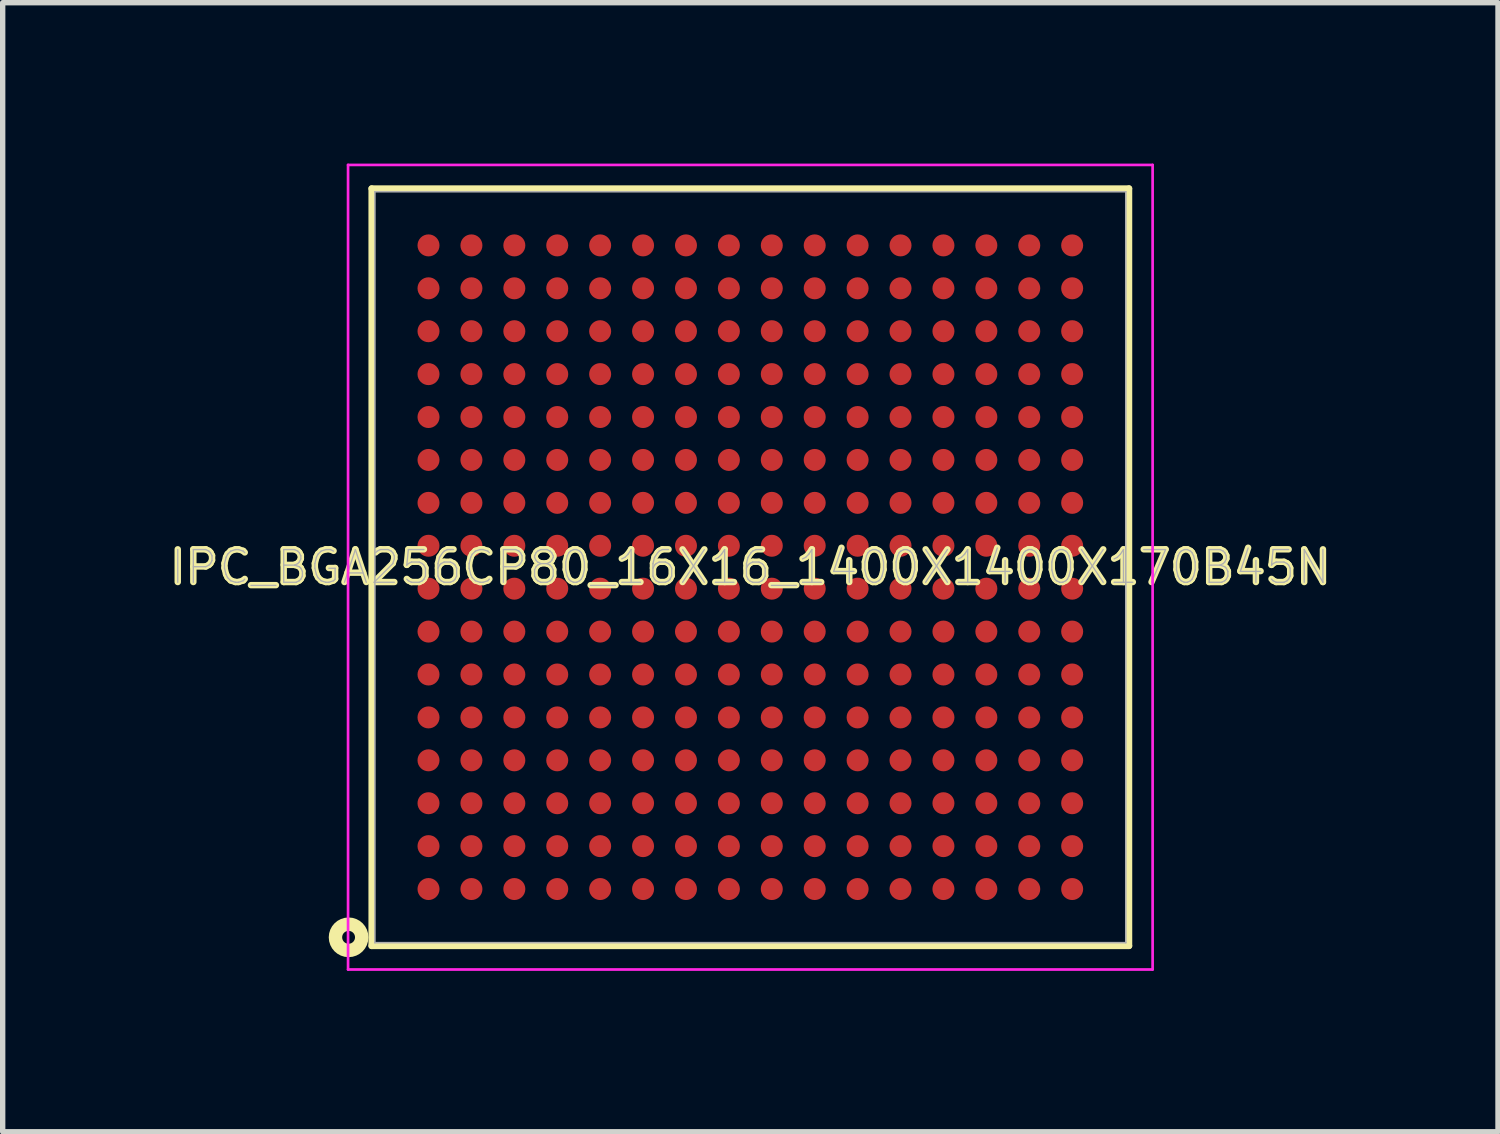
<source format=kicad_pcb>
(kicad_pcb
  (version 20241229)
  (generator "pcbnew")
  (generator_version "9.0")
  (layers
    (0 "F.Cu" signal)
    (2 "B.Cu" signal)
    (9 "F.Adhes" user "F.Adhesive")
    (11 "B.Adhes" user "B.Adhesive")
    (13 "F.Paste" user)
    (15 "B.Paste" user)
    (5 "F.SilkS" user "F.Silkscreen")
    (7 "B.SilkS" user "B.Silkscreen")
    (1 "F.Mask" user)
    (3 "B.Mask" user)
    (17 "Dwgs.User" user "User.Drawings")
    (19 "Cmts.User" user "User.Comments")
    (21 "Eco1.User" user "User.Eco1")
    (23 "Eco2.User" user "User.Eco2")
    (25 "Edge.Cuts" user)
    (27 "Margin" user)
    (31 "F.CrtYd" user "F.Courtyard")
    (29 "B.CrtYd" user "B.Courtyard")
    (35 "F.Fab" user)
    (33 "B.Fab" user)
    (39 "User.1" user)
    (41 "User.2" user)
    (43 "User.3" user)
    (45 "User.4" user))
  (footprint "IPC_BGA256CP80_16X16_1400X1400X170B45N"
    (layer "F.Cu")
    (at 10.939 7.525)
    (property "Reference" "IPC_BGA256CP80_16X16_1400X1400X170B45N" (at 0 0 0) (layer "F.SilkS") (effects (font (size 0.61 0.61) (thickness 0.12))))
    (attr smd)
    (fp_line (start -7.06 -7.06) (end -7.06 7.06) (stroke (width 0.12) (type solid)) (layer "F.SilkS"))
    (fp_line (start -7.06 7.06) (end 7.06 7.06) (stroke (width 0.12) (type solid)) (layer "F.SilkS"))
    (fp_line (start 7.06 -7.06) (end -7.06 -7.06) (stroke (width 0.12) (type solid)) (layer "F.SilkS"))
    (fp_line (start 7.06 7.06) (end 7.06 -7.06) (stroke (width 0.12) (type solid)) (layer "F.SilkS"))
    (fp_circle (center -7.49 6.9) (end -7.37 6.9) (stroke (width 0.25) (type solid)) (fill no) (layer "F.SilkS"))
    (fp_line (start -7.5 -7.5) (end 7.5 -7.5) (stroke (width 0.05) (type solid)) (layer "F.CrtYd"))
    (fp_line (start -7.5 7.5) (end -7.5 -7.5) (stroke (width 0.05) (type solid)) (layer "F.CrtYd"))
    (fp_line (start 7.5 -7.5) (end 7.5 7.5) (stroke (width 0.05) (type solid)) (layer "F.CrtYd"))
    (fp_line (start 7.5 7.5) (end -7.5 7.5) (stroke (width 0.05) (type solid)) (layer "F.CrtYd"))
    (fp_line (start -7 -7) (end 7 -7) (stroke (width 0.03) (type solid)) (layer "F.Fab"))
    (fp_line (start -7 7) (end -7 -7) (stroke (width 0.03) (type solid)) (layer "F.Fab"))
    (fp_line (start 7 -7) (end 7 7) (stroke (width 0.03) (type solid)) (layer "F.Fab"))
    (fp_line (start 7 7) (end -7 7) (stroke (width 0.03) (type solid)) (layer "F.Fab"))
    (fp_text user "${REFERENCE}" (at 0 0 0) (layer "F.Fab") (effects (font (size 0.61 0.61) (thickness 0.025))))
    (pad "A1" smd circle (at -6 6) (size 0.41 0.41) (layers "F.Cu" "F.Mask" "F.Paste"))
    (pad "A2" smd circle (at -6 5.2) (size 0.41 0.41) (layers "F.Cu" "F.Mask" "F.Paste"))
    (pad "A3" smd circle (at -6 4.4) (size 0.41 0.41) (layers "F.Cu" "F.Mask" "F.Paste"))
    (pad "A4" smd circle (at -6 3.6) (size 0.41 0.41) (layers "F.Cu" "F.Mask" "F.Paste"))
    (pad "A5" smd circle (at -6 2.8) (size 0.41 0.41) (layers "F.Cu" "F.Mask" "F.Paste"))
    (pad "A6" smd circle (at -6 2) (size 0.41 0.41) (layers "F.Cu" "F.Mask" "F.Paste"))
    (pad "A7" smd circle (at -6 1.2) (size 0.41 0.41) (layers "F.Cu" "F.Mask" "F.Paste"))
    (pad "A8" smd circle (at -6 0.4) (size 0.41 0.41) (layers "F.Cu" "F.Mask" "F.Paste"))
    (pad "A9" smd circle (at -6 -0.4) (size 0.41 0.41) (layers "F.Cu" "F.Mask" "F.Paste"))
    (pad "A10" smd circle (at -6 -1.2) (size 0.41 0.41) (layers "F.Cu" "F.Mask" "F.Paste"))
    (pad "A11" smd circle (at -6 -2) (size 0.41 0.41) (layers "F.Cu" "F.Mask" "F.Paste"))
    (pad "A12" smd circle (at -6 -2.8) (size 0.41 0.41) (layers "F.Cu" "F.Mask" "F.Paste"))
    (pad "A13" smd circle (at -6 -3.6) (size 0.41 0.41) (layers "F.Cu" "F.Mask" "F.Paste"))
    (pad "A14" smd circle (at -6 -4.4) (size 0.41 0.41) (layers "F.Cu" "F.Mask" "F.Paste"))
    (pad "A15" smd circle (at -6 -5.2) (size 0.41 0.41) (layers "F.Cu" "F.Mask" "F.Paste"))
    (pad "A16" smd circle (at -6 -6) (size 0.41 0.41) (layers "F.Cu" "F.Mask" "F.Paste"))
    (pad "B1" smd circle (at -5.2 6) (size 0.41 0.41) (layers "F.Cu" "F.Mask" "F.Paste"))
    (pad "B2" smd circle (at -5.2 5.2) (size 0.41 0.41) (layers "F.Cu" "F.Mask" "F.Paste"))
    (pad "B3" smd circle (at -5.2 4.4) (size 0.41 0.41) (layers "F.Cu" "F.Mask" "F.Paste"))
    (pad "B4" smd circle (at -5.2 3.6) (size 0.41 0.41) (layers "F.Cu" "F.Mask" "F.Paste"))
    (pad "B5" smd circle (at -5.2 2.8) (size 0.41 0.41) (layers "F.Cu" "F.Mask" "F.Paste"))
    (pad "B6" smd circle (at -5.2 2) (size 0.41 0.41) (layers "F.Cu" "F.Mask" "F.Paste"))
    (pad "B7" smd circle (at -5.2 1.2) (size 0.41 0.41) (layers "F.Cu" "F.Mask" "F.Paste"))
    (pad "B8" smd circle (at -5.2 0.4) (size 0.41 0.41) (layers "F.Cu" "F.Mask" "F.Paste"))
    (pad "B9" smd circle (at -5.2 -0.4) (size 0.41 0.41) (layers "F.Cu" "F.Mask" "F.Paste"))
    (pad "B10" smd circle (at -5.2 -1.2) (size 0.41 0.41) (layers "F.Cu" "F.Mask" "F.Paste"))
    (pad "B11" smd circle (at -5.2 -2) (size 0.41 0.41) (layers "F.Cu" "F.Mask" "F.Paste"))
    (pad "B12" smd circle (at -5.2 -2.8) (size 0.41 0.41) (layers "F.Cu" "F.Mask" "F.Paste"))
    (pad "B13" smd circle (at -5.2 -3.6) (size 0.41 0.41) (layers "F.Cu" "F.Mask" "F.Paste"))
    (pad "B14" smd circle (at -5.2 -4.4) (size 0.41 0.41) (layers "F.Cu" "F.Mask" "F.Paste"))
    (pad "B15" smd circle (at -5.2 -5.2) (size 0.41 0.41) (layers "F.Cu" "F.Mask" "F.Paste"))
    (pad "B16" smd circle (at -5.2 -6) (size 0.41 0.41) (layers "F.Cu" "F.Mask" "F.Paste"))
    (pad "C1" smd circle (at -4.4 6) (size 0.41 0.41) (layers "F.Cu" "F.Mask" "F.Paste"))
    (pad "C2" smd circle (at -4.4 5.2) (size 0.41 0.41) (layers "F.Cu" "F.Mask" "F.Paste"))
    (pad "C3" smd circle (at -4.4 4.4) (size 0.41 0.41) (layers "F.Cu" "F.Mask" "F.Paste"))
    (pad "C4" smd circle (at -4.4 3.6) (size 0.41 0.41) (layers "F.Cu" "F.Mask" "F.Paste"))
    (pad "C5" smd circle (at -4.4 2.8) (size 0.41 0.41) (layers "F.Cu" "F.Mask" "F.Paste"))
    (pad "C6" smd circle (at -4.4 2) (size 0.41 0.41) (layers "F.Cu" "F.Mask" "F.Paste"))
    (pad "C7" smd circle (at -4.4 1.2) (size 0.41 0.41) (layers "F.Cu" "F.Mask" "F.Paste"))
    (pad "C8" smd circle (at -4.4 0.4) (size 0.41 0.41) (layers "F.Cu" "F.Mask" "F.Paste"))
    (pad "C9" smd circle (at -4.4 -0.4) (size 0.41 0.41) (layers "F.Cu" "F.Mask" "F.Paste"))
    (pad "C10" smd circle (at -4.4 -1.2) (size 0.41 0.41) (layers "F.Cu" "F.Mask" "F.Paste"))
    (pad "C11" smd circle (at -4.4 -2) (size 0.41 0.41) (layers "F.Cu" "F.Mask" "F.Paste"))
    (pad "C12" smd circle (at -4.4 -2.8) (size 0.41 0.41) (layers "F.Cu" "F.Mask" "F.Paste"))
    (pad "C13" smd circle (at -4.4 -3.6) (size 0.41 0.41) (layers "F.Cu" "F.Mask" "F.Paste"))
    (pad "C14" smd circle (at -4.4 -4.4) (size 0.41 0.41) (layers "F.Cu" "F.Mask" "F.Paste"))
    (pad "C15" smd circle (at -4.4 -5.2) (size 0.41 0.41) (layers "F.Cu" "F.Mask" "F.Paste"))
    (pad "C16" smd circle (at -4.4 -6) (size 0.41 0.41) (layers "F.Cu" "F.Mask" "F.Paste"))
    (pad "D1" smd circle (at -3.6 6) (size 0.41 0.41) (layers "F.Cu" "F.Mask" "F.Paste"))
    (pad "D2" smd circle (at -3.6 5.2) (size 0.41 0.41) (layers "F.Cu" "F.Mask" "F.Paste"))
    (pad "D3" smd circle (at -3.6 4.4) (size 0.41 0.41) (layers "F.Cu" "F.Mask" "F.Paste"))
    (pad "D4" smd circle (at -3.6 3.6) (size 0.41 0.41) (layers "F.Cu" "F.Mask" "F.Paste"))
    (pad "D5" smd circle (at -3.6 2.8) (size 0.41 0.41) (layers "F.Cu" "F.Mask" "F.Paste"))
    (pad "D6" smd circle (at -3.6 2) (size 0.41 0.41) (layers "F.Cu" "F.Mask" "F.Paste"))
    (pad "D7" smd circle (at -3.6 1.2) (size 0.41 0.41) (layers "F.Cu" "F.Mask" "F.Paste"))
    (pad "D8" smd circle (at -3.6 0.4) (size 0.41 0.41) (layers "F.Cu" "F.Mask" "F.Paste"))
    (pad "D9" smd circle (at -3.6 -0.4) (size 0.41 0.41) (layers "F.Cu" "F.Mask" "F.Paste"))
    (pad "D10" smd circle (at -3.6 -1.2) (size 0.41 0.41) (layers "F.Cu" "F.Mask" "F.Paste"))
    (pad "D11" smd circle (at -3.6 -2) (size 0.41 0.41) (layers "F.Cu" "F.Mask" "F.Paste"))
    (pad "D12" smd circle (at -3.6 -2.8) (size 0.41 0.41) (layers "F.Cu" "F.Mask" "F.Paste"))
    (pad "D13" smd circle (at -3.6 -3.6) (size 0.41 0.41) (layers "F.Cu" "F.Mask" "F.Paste"))
    (pad "D14" smd circle (at -3.6 -4.4) (size 0.41 0.41) (layers "F.Cu" "F.Mask" "F.Paste"))
    (pad "D15" smd circle (at -3.6 -5.2) (size 0.41 0.41) (layers "F.Cu" "F.Mask" "F.Paste"))
    (pad "D16" smd circle (at -3.6 -6) (size 0.41 0.41) (layers "F.Cu" "F.Mask" "F.Paste"))
    (pad "E1" smd circle (at -2.8 6) (size 0.41 0.41) (layers "F.Cu" "F.Mask" "F.Paste"))
    (pad "E2" smd circle (at -2.8 5.2) (size 0.41 0.41) (layers "F.Cu" "F.Mask" "F.Paste"))
    (pad "E3" smd circle (at -2.8 4.4) (size 0.41 0.41) (layers "F.Cu" "F.Mask" "F.Paste"))
    (pad "E4" smd circle (at -2.8 3.6) (size 0.41 0.41) (layers "F.Cu" "F.Mask" "F.Paste"))
    (pad "E5" smd circle (at -2.8 2.8) (size 0.41 0.41) (layers "F.Cu" "F.Mask" "F.Paste"))
    (pad "E6" smd circle (at -2.8 2) (size 0.41 0.41) (layers "F.Cu" "F.Mask" "F.Paste"))
    (pad "E7" smd circle (at -2.8 1.2) (size 0.41 0.41) (layers "F.Cu" "F.Mask" "F.Paste"))
    (pad "E8" smd circle (at -2.8 0.4) (size 0.41 0.41) (layers "F.Cu" "F.Mask" "F.Paste"))
    (pad "E9" smd circle (at -2.8 -0.4) (size 0.41 0.41) (layers "F.Cu" "F.Mask" "F.Paste"))
    (pad "E10" smd circle (at -2.8 -1.2) (size 0.41 0.41) (layers "F.Cu" "F.Mask" "F.Paste"))
    (pad "E11" smd circle (at -2.8 -2) (size 0.41 0.41) (layers "F.Cu" "F.Mask" "F.Paste"))
    (pad "E12" smd circle (at -2.8 -2.8) (size 0.41 0.41) (layers "F.Cu" "F.Mask" "F.Paste"))
    (pad "E13" smd circle (at -2.8 -3.6) (size 0.41 0.41) (layers "F.Cu" "F.Mask" "F.Paste"))
    (pad "E14" smd circle (at -2.8 -4.4) (size 0.41 0.41) (layers "F.Cu" "F.Mask" "F.Paste"))
    (pad "E15" smd circle (at -2.8 -5.2) (size 0.41 0.41) (layers "F.Cu" "F.Mask" "F.Paste"))
    (pad "E16" smd circle (at -2.8 -6) (size 0.41 0.41) (layers "F.Cu" "F.Mask" "F.Paste"))
    (pad "F1" smd circle (at -2 6) (size 0.41 0.41) (layers "F.Cu" "F.Mask" "F.Paste"))
    (pad "F2" smd circle (at -2 5.2) (size 0.41 0.41) (layers "F.Cu" "F.Mask" "F.Paste"))
    (pad "F3" smd circle (at -2 4.4) (size 0.41 0.41) (layers "F.Cu" "F.Mask" "F.Paste"))
    (pad "F4" smd circle (at -2 3.6) (size 0.41 0.41) (layers "F.Cu" "F.Mask" "F.Paste"))
    (pad "F5" smd circle (at -2 2.8) (size 0.41 0.41) (layers "F.Cu" "F.Mask" "F.Paste"))
    (pad "F6" smd circle (at -2 2) (size 0.41 0.41) (layers "F.Cu" "F.Mask" "F.Paste"))
    (pad "F7" smd circle (at -2 1.2) (size 0.41 0.41) (layers "F.Cu" "F.Mask" "F.Paste"))
    (pad "F8" smd circle (at -2 0.4) (size 0.41 0.41) (layers "F.Cu" "F.Mask" "F.Paste"))
    (pad "F9" smd circle (at -2 -0.4) (size 0.41 0.41) (layers "F.Cu" "F.Mask" "F.Paste"))
    (pad "F10" smd circle (at -2 -1.2) (size 0.41 0.41) (layers "F.Cu" "F.Mask" "F.Paste"))
    (pad "F11" smd circle (at -2 -2) (size 0.41 0.41) (layers "F.Cu" "F.Mask" "F.Paste"))
    (pad "F12" smd circle (at -2 -2.8) (size 0.41 0.41) (layers "F.Cu" "F.Mask" "F.Paste"))
    (pad "F13" smd circle (at -2 -3.6) (size 0.41 0.41) (layers "F.Cu" "F.Mask" "F.Paste"))
    (pad "F14" smd circle (at -2 -4.4) (size 0.41 0.41) (layers "F.Cu" "F.Mask" "F.Paste"))
    (pad "F15" smd circle (at -2 -5.2) (size 0.41 0.41) (layers "F.Cu" "F.Mask" "F.Paste"))
    (pad "F16" smd circle (at -2 -6) (size 0.41 0.41) (layers "F.Cu" "F.Mask" "F.Paste"))
    (pad "G1" smd circle (at -1.2 6) (size 0.41 0.41) (layers "F.Cu" "F.Mask" "F.Paste"))
    (pad "G2" smd circle (at -1.2 5.2) (size 0.41 0.41) (layers "F.Cu" "F.Mask" "F.Paste"))
    (pad "G3" smd circle (at -1.2 4.4) (size 0.41 0.41) (layers "F.Cu" "F.Mask" "F.Paste"))
    (pad "G4" smd circle (at -1.2 3.6) (size 0.41 0.41) (layers "F.Cu" "F.Mask" "F.Paste"))
    (pad "G5" smd circle (at -1.2 2.8) (size 0.41 0.41) (layers "F.Cu" "F.Mask" "F.Paste"))
    (pad "G6" smd circle (at -1.2 2) (size 0.41 0.41) (layers "F.Cu" "F.Mask" "F.Paste"))
    (pad "G7" smd circle (at -1.2 1.2) (size 0.41 0.41) (layers "F.Cu" "F.Mask" "F.Paste"))
    (pad "G8" smd circle (at -1.2 0.4) (size 0.41 0.41) (layers "F.Cu" "F.Mask" "F.Paste"))
    (pad "G9" smd circle (at -1.2 -0.4) (size 0.41 0.41) (layers "F.Cu" "F.Mask" "F.Paste"))
    (pad "G10" smd circle (at -1.2 -1.2) (size 0.41 0.41) (layers "F.Cu" "F.Mask" "F.Paste"))
    (pad "G11" smd circle (at -1.2 -2) (size 0.41 0.41) (layers "F.Cu" "F.Mask" "F.Paste"))
    (pad "G12" smd circle (at -1.2 -2.8) (size 0.41 0.41) (layers "F.Cu" "F.Mask" "F.Paste"))
    (pad "G13" smd circle (at -1.2 -3.6) (size 0.41 0.41) (layers "F.Cu" "F.Mask" "F.Paste"))
    (pad "G14" smd circle (at -1.2 -4.4) (size 0.41 0.41) (layers "F.Cu" "F.Mask" "F.Paste"))
    (pad "G15" smd circle (at -1.2 -5.2) (size 0.41 0.41) (layers "F.Cu" "F.Mask" "F.Paste"))
    (pad "G16" smd circle (at -1.2 -6) (size 0.41 0.41) (layers "F.Cu" "F.Mask" "F.Paste"))
    (pad "H1" smd circle (at -0.4 6) (size 0.41 0.41) (layers "F.Cu" "F.Mask" "F.Paste"))
    (pad "H2" smd circle (at -0.4 5.2) (size 0.41 0.41) (layers "F.Cu" "F.Mask" "F.Paste"))
    (pad "H3" smd circle (at -0.4 4.4) (size 0.41 0.41) (layers "F.Cu" "F.Mask" "F.Paste"))
    (pad "H4" smd circle (at -0.4 3.6) (size 0.41 0.41) (layers "F.Cu" "F.Mask" "F.Paste"))
    (pad "H5" smd circle (at -0.4 2.8) (size 0.41 0.41) (layers "F.Cu" "F.Mask" "F.Paste"))
    (pad "H6" smd circle (at -0.4 2) (size 0.41 0.41) (layers "F.Cu" "F.Mask" "F.Paste"))
    (pad "H7" smd circle (at -0.4 1.2) (size 0.41 0.41) (layers "F.Cu" "F.Mask" "F.Paste"))
    (pad "H8" smd circle (at -0.4 0.4) (size 0.41 0.41) (layers "F.Cu" "F.Mask" "F.Paste"))
    (pad "H9" smd circle (at -0.4 -0.4) (size 0.41 0.41) (layers "F.Cu" "F.Mask" "F.Paste"))
    (pad "H10" smd circle (at -0.4 -1.2) (size 0.41 0.41) (layers "F.Cu" "F.Mask" "F.Paste"))
    (pad "H11" smd circle (at -0.4 -2) (size 0.41 0.41) (layers "F.Cu" "F.Mask" "F.Paste"))
    (pad "H12" smd circle (at -0.4 -2.8) (size 0.41 0.41) (layers "F.Cu" "F.Mask" "F.Paste"))
    (pad "H13" smd circle (at -0.4 -3.6) (size 0.41 0.41) (layers "F.Cu" "F.Mask" "F.Paste"))
    (pad "H14" smd circle (at -0.4 -4.4) (size 0.41 0.41) (layers "F.Cu" "F.Mask" "F.Paste"))
    (pad "H15" smd circle (at -0.4 -5.2) (size 0.41 0.41) (layers "F.Cu" "F.Mask" "F.Paste"))
    (pad "H16" smd circle (at -0.4 -6) (size 0.41 0.41) (layers "F.Cu" "F.Mask" "F.Paste"))
    (pad "J1" smd circle (at 0.4 6) (size 0.41 0.41) (layers "F.Cu" "F.Mask" "F.Paste"))
    (pad "J2" smd circle (at 0.4 5.2) (size 0.41 0.41) (layers "F.Cu" "F.Mask" "F.Paste"))
    (pad "J3" smd circle (at 0.4 4.4) (size 0.41 0.41) (layers "F.Cu" "F.Mask" "F.Paste"))
    (pad "J4" smd circle (at 0.4 3.6) (size 0.41 0.41) (layers "F.Cu" "F.Mask" "F.Paste"))
    (pad "J5" smd circle (at 0.4 2.8) (size 0.41 0.41) (layers "F.Cu" "F.Mask" "F.Paste"))
    (pad "J6" smd circle (at 0.4 2) (size 0.41 0.41) (layers "F.Cu" "F.Mask" "F.Paste"))
    (pad "J7" smd circle (at 0.4 1.2) (size 0.41 0.41) (layers "F.Cu" "F.Mask" "F.Paste"))
    (pad "J8" smd circle (at 0.4 0.4) (size 0.41 0.41) (layers "F.Cu" "F.Mask" "F.Paste"))
    (pad "J9" smd circle (at 0.4 -0.4) (size 0.41 0.41) (layers "F.Cu" "F.Mask" "F.Paste"))
    (pad "J10" smd circle (at 0.4 -1.2) (size 0.41 0.41) (layers "F.Cu" "F.Mask" "F.Paste"))
    (pad "J11" smd circle (at 0.4 -2) (size 0.41 0.41) (layers "F.Cu" "F.Mask" "F.Paste"))
    (pad "J12" smd circle (at 0.4 -2.8) (size 0.41 0.41) (layers "F.Cu" "F.Mask" "F.Paste"))
    (pad "J13" smd circle (at 0.4 -3.6) (size 0.41 0.41) (layers "F.Cu" "F.Mask" "F.Paste"))
    (pad "J14" smd circle (at 0.4 -4.4) (size 0.41 0.41) (layers "F.Cu" "F.Mask" "F.Paste"))
    (pad "J15" smd circle (at 0.4 -5.2) (size 0.41 0.41) (layers "F.Cu" "F.Mask" "F.Paste"))
    (pad "J16" smd circle (at 0.4 -6) (size 0.41 0.41) (layers "F.Cu" "F.Mask" "F.Paste"))
    (pad "K1" smd circle (at 1.2 6) (size 0.41 0.41) (layers "F.Cu" "F.Mask" "F.Paste"))
    (pad "K2" smd circle (at 1.2 5.2) (size 0.41 0.41) (layers "F.Cu" "F.Mask" "F.Paste"))
    (pad "K3" smd circle (at 1.2 4.4) (size 0.41 0.41) (layers "F.Cu" "F.Mask" "F.Paste"))
    (pad "K4" smd circle (at 1.2 3.6) (size 0.41 0.41) (layers "F.Cu" "F.Mask" "F.Paste"))
    (pad "K5" smd circle (at 1.2 2.8) (size 0.41 0.41) (layers "F.Cu" "F.Mask" "F.Paste"))
    (pad "K6" smd circle (at 1.2 2) (size 0.41 0.41) (layers "F.Cu" "F.Mask" "F.Paste"))
    (pad "K7" smd circle (at 1.2 1.2) (size 0.41 0.41) (layers "F.Cu" "F.Mask" "F.Paste"))
    (pad "K8" smd circle (at 1.2 0.4) (size 0.41 0.41) (layers "F.Cu" "F.Mask" "F.Paste"))
    (pad "K9" smd circle (at 1.2 -0.4) (size 0.41 0.41) (layers "F.Cu" "F.Mask" "F.Paste"))
    (pad "K10" smd circle (at 1.2 -1.2) (size 0.41 0.41) (layers "F.Cu" "F.Mask" "F.Paste"))
    (pad "K11" smd circle (at 1.2 -2) (size 0.41 0.41) (layers "F.Cu" "F.Mask" "F.Paste"))
    (pad "K12" smd circle (at 1.2 -2.8) (size 0.41 0.41) (layers "F.Cu" "F.Mask" "F.Paste"))
    (pad "K13" smd circle (at 1.2 -3.6) (size 0.41 0.41) (layers "F.Cu" "F.Mask" "F.Paste"))
    (pad "K14" smd circle (at 1.2 -4.4) (size 0.41 0.41) (layers "F.Cu" "F.Mask" "F.Paste"))
    (pad "K15" smd circle (at 1.2 -5.2) (size 0.41 0.41) (layers "F.Cu" "F.Mask" "F.Paste"))
    (pad "K16" smd circle (at 1.2 -6) (size 0.41 0.41) (layers "F.Cu" "F.Mask" "F.Paste"))
    (pad "L1" smd circle (at 2 6) (size 0.41 0.41) (layers "F.Cu" "F.Mask" "F.Paste"))
    (pad "L2" smd circle (at 2 5.2) (size 0.41 0.41) (layers "F.Cu" "F.Mask" "F.Paste"))
    (pad "L3" smd circle (at 2 4.4) (size 0.41 0.41) (layers "F.Cu" "F.Mask" "F.Paste"))
    (pad "L4" smd circle (at 2 3.6) (size 0.41 0.41) (layers "F.Cu" "F.Mask" "F.Paste"))
    (pad "L5" smd circle (at 2 2.8) (size 0.41 0.41) (layers "F.Cu" "F.Mask" "F.Paste"))
    (pad "L6" smd circle (at 2 2) (size 0.41 0.41) (layers "F.Cu" "F.Mask" "F.Paste"))
    (pad "L7" smd circle (at 2 1.2) (size 0.41 0.41) (layers "F.Cu" "F.Mask" "F.Paste"))
    (pad "L8" smd circle (at 2 0.4) (size 0.41 0.41) (layers "F.Cu" "F.Mask" "F.Paste"))
    (pad "L9" smd circle (at 2 -0.4) (size 0.41 0.41) (layers "F.Cu" "F.Mask" "F.Paste"))
    (pad "L10" smd circle (at 2 -1.2) (size 0.41 0.41) (layers "F.Cu" "F.Mask" "F.Paste"))
    (pad "L11" smd circle (at 2 -2) (size 0.41 0.41) (layers "F.Cu" "F.Mask" "F.Paste"))
    (pad "L12" smd circle (at 2 -2.8) (size 0.41 0.41) (layers "F.Cu" "F.Mask" "F.Paste"))
    (pad "L13" smd circle (at 2 -3.6) (size 0.41 0.41) (layers "F.Cu" "F.Mask" "F.Paste"))
    (pad "L14" smd circle (at 2 -4.4) (size 0.41 0.41) (layers "F.Cu" "F.Mask" "F.Paste"))
    (pad "L15" smd circle (at 2 -5.2) (size 0.41 0.41) (layers "F.Cu" "F.Mask" "F.Paste"))
    (pad "L16" smd circle (at 2 -6) (size 0.41 0.41) (layers "F.Cu" "F.Mask" "F.Paste"))
    (pad "M1" smd circle (at 2.8 6) (size 0.41 0.41) (layers "F.Cu" "F.Mask" "F.Paste"))
    (pad "M2" smd circle (at 2.8 5.2) (size 0.41 0.41) (layers "F.Cu" "F.Mask" "F.Paste"))
    (pad "M3" smd circle (at 2.8 4.4) (size 0.41 0.41) (layers "F.Cu" "F.Mask" "F.Paste"))
    (pad "M4" smd circle (at 2.8 3.6) (size 0.41 0.41) (layers "F.Cu" "F.Mask" "F.Paste"))
    (pad "M5" smd circle (at 2.8 2.8) (size 0.41 0.41) (layers "F.Cu" "F.Mask" "F.Paste"))
    (pad "M6" smd circle (at 2.8 2) (size 0.41 0.41) (layers "F.Cu" "F.Mask" "F.Paste"))
    (pad "M7" smd circle (at 2.8 1.2) (size 0.41 0.41) (layers "F.Cu" "F.Mask" "F.Paste"))
    (pad "M8" smd circle (at 2.8 0.4) (size 0.41 0.41) (layers "F.Cu" "F.Mask" "F.Paste"))
    (pad "M9" smd circle (at 2.8 -0.4) (size 0.41 0.41) (layers "F.Cu" "F.Mask" "F.Paste"))
    (pad "M10" smd circle (at 2.8 -1.2) (size 0.41 0.41) (layers "F.Cu" "F.Mask" "F.Paste"))
    (pad "M11" smd circle (at 2.8 -2) (size 0.41 0.41) (layers "F.Cu" "F.Mask" "F.Paste"))
    (pad "M12" smd circle (at 2.8 -2.8) (size 0.41 0.41) (layers "F.Cu" "F.Mask" "F.Paste"))
    (pad "M13" smd circle (at 2.8 -3.6) (size 0.41 0.41) (layers "F.Cu" "F.Mask" "F.Paste"))
    (pad "M14" smd circle (at 2.8 -4.4) (size 0.41 0.41) (layers "F.Cu" "F.Mask" "F.Paste"))
    (pad "M15" smd circle (at 2.8 -5.2) (size 0.41 0.41) (layers "F.Cu" "F.Mask" "F.Paste"))
    (pad "M16" smd circle (at 2.8 -6) (size 0.41 0.41) (layers "F.Cu" "F.Mask" "F.Paste"))
    (pad "N1" smd circle (at 3.6 6) (size 0.41 0.41) (layers "F.Cu" "F.Mask" "F.Paste"))
    (pad "N2" smd circle (at 3.6 5.2) (size 0.41 0.41) (layers "F.Cu" "F.Mask" "F.Paste"))
    (pad "N3" smd circle (at 3.6 4.4) (size 0.41 0.41) (layers "F.Cu" "F.Mask" "F.Paste"))
    (pad "N4" smd circle (at 3.6 3.6) (size 0.41 0.41) (layers "F.Cu" "F.Mask" "F.Paste"))
    (pad "N5" smd circle (at 3.6 2.8) (size 0.41 0.41) (layers "F.Cu" "F.Mask" "F.Paste"))
    (pad "N6" smd circle (at 3.6 2) (size 0.41 0.41) (layers "F.Cu" "F.Mask" "F.Paste"))
    (pad "N7" smd circle (at 3.6 1.2) (size 0.41 0.41) (layers "F.Cu" "F.Mask" "F.Paste"))
    (pad "N8" smd circle (at 3.6 0.4) (size 0.41 0.41) (layers "F.Cu" "F.Mask" "F.Paste"))
    (pad "N9" smd circle (at 3.6 -0.4) (size 0.41 0.41) (layers "F.Cu" "F.Mask" "F.Paste"))
    (pad "N10" smd circle (at 3.6 -1.2) (size 0.41 0.41) (layers "F.Cu" "F.Mask" "F.Paste"))
    (pad "N11" smd circle (at 3.6 -2) (size 0.41 0.41) (layers "F.Cu" "F.Mask" "F.Paste"))
    (pad "N12" smd circle (at 3.6 -2.8) (size 0.41 0.41) (layers "F.Cu" "F.Mask" "F.Paste"))
    (pad "N13" smd circle (at 3.6 -3.6) (size 0.41 0.41) (layers "F.Cu" "F.Mask" "F.Paste"))
    (pad "N14" smd circle (at 3.6 -4.4) (size 0.41 0.41) (layers "F.Cu" "F.Mask" "F.Paste"))
    (pad "N15" smd circle (at 3.6 -5.2) (size 0.41 0.41) (layers "F.Cu" "F.Mask" "F.Paste"))
    (pad "N16" smd circle (at 3.6 -6) (size 0.41 0.41) (layers "F.Cu" "F.Mask" "F.Paste"))
    (pad "P1" smd circle (at 4.4 6) (size 0.41 0.41) (layers "F.Cu" "F.Mask" "F.Paste"))
    (pad "P2" smd circle (at 4.4 5.2) (size 0.41 0.41) (layers "F.Cu" "F.Mask" "F.Paste"))
    (pad "P3" smd circle (at 4.4 4.4) (size 0.41 0.41) (layers "F.Cu" "F.Mask" "F.Paste"))
    (pad "P4" smd circle (at 4.4 3.6) (size 0.41 0.41) (layers "F.Cu" "F.Mask" "F.Paste"))
    (pad "P5" smd circle (at 4.4 2.8) (size 0.41 0.41) (layers "F.Cu" "F.Mask" "F.Paste"))
    (pad "P6" smd circle (at 4.4 2) (size 0.41 0.41) (layers "F.Cu" "F.Mask" "F.Paste"))
    (pad "P7" smd circle (at 4.4 1.2) (size 0.41 0.41) (layers "F.Cu" "F.Mask" "F.Paste"))
    (pad "P8" smd circle (at 4.4 0.4) (size 0.41 0.41) (layers "F.Cu" "F.Mask" "F.Paste"))
    (pad "P9" smd circle (at 4.4 -0.4) (size 0.41 0.41) (layers "F.Cu" "F.Mask" "F.Paste"))
    (pad "P10" smd circle (at 4.4 -1.2) (size 0.41 0.41) (layers "F.Cu" "F.Mask" "F.Paste"))
    (pad "P11" smd circle (at 4.4 -2) (size 0.41 0.41) (layers "F.Cu" "F.Mask" "F.Paste"))
    (pad "P12" smd circle (at 4.4 -2.8) (size 0.41 0.41) (layers "F.Cu" "F.Mask" "F.Paste"))
    (pad "P13" smd circle (at 4.4 -3.6) (size 0.41 0.41) (layers "F.Cu" "F.Mask" "F.Paste"))
    (pad "P14" smd circle (at 4.4 -4.4) (size 0.41 0.41) (layers "F.Cu" "F.Mask" "F.Paste"))
    (pad "P15" smd circle (at 4.4 -5.2) (size 0.41 0.41) (layers "F.Cu" "F.Mask" "F.Paste"))
    (pad "P16" smd circle (at 4.4 -6) (size 0.41 0.41) (layers "F.Cu" "F.Mask" "F.Paste"))
    (pad "R1" smd circle (at 5.2 6) (size 0.41 0.41) (layers "F.Cu" "F.Mask" "F.Paste"))
    (pad "R2" smd circle (at 5.2 5.2) (size 0.41 0.41) (layers "F.Cu" "F.Mask" "F.Paste"))
    (pad "R3" smd circle (at 5.2 4.4) (size 0.41 0.41) (layers "F.Cu" "F.Mask" "F.Paste"))
    (pad "R4" smd circle (at 5.2 3.6) (size 0.41 0.41) (layers "F.Cu" "F.Mask" "F.Paste"))
    (pad "R5" smd circle (at 5.2 2.8) (size 0.41 0.41) (layers "F.Cu" "F.Mask" "F.Paste"))
    (pad "R6" smd circle (at 5.2 2) (size 0.41 0.41) (layers "F.Cu" "F.Mask" "F.Paste"))
    (pad "R7" smd circle (at 5.2 1.2) (size 0.41 0.41) (layers "F.Cu" "F.Mask" "F.Paste"))
    (pad "R8" smd circle (at 5.2 0.4) (size 0.41 0.41) (layers "F.Cu" "F.Mask" "F.Paste"))
    (pad "R9" smd circle (at 5.2 -0.4) (size 0.41 0.41) (layers "F.Cu" "F.Mask" "F.Paste"))
    (pad "R10" smd circle (at 5.2 -1.2) (size 0.41 0.41) (layers "F.Cu" "F.Mask" "F.Paste"))
    (pad "R11" smd circle (at 5.2 -2) (size 0.41 0.41) (layers "F.Cu" "F.Mask" "F.Paste"))
    (pad "R12" smd circle (at 5.2 -2.8) (size 0.41 0.41) (layers "F.Cu" "F.Mask" "F.Paste"))
    (pad "R13" smd circle (at 5.2 -3.6) (size 0.41 0.41) (layers "F.Cu" "F.Mask" "F.Paste"))
    (pad "R14" smd circle (at 5.2 -4.4) (size 0.41 0.41) (layers "F.Cu" "F.Mask" "F.Paste"))
    (pad "R15" smd circle (at 5.2 -5.2) (size 0.41 0.41) (layers "F.Cu" "F.Mask" "F.Paste"))
    (pad "R16" smd circle (at 5.2 -6) (size 0.41 0.41) (layers "F.Cu" "F.Mask" "F.Paste"))
    (pad "T1" smd circle (at 6 6) (size 0.41 0.41) (layers "F.Cu" "F.Mask" "F.Paste"))
    (pad "T2" smd circle (at 6 5.2) (size 0.41 0.41) (layers "F.Cu" "F.Mask" "F.Paste"))
    (pad "T3" smd circle (at 6 4.4) (size 0.41 0.41) (layers "F.Cu" "F.Mask" "F.Paste"))
    (pad "T4" smd circle (at 6 3.6) (size 0.41 0.41) (layers "F.Cu" "F.Mask" "F.Paste"))
    (pad "T5" smd circle (at 6 2.8) (size 0.41 0.41) (layers "F.Cu" "F.Mask" "F.Paste"))
    (pad "T6" smd circle (at 6 2) (size 0.41 0.41) (layers "F.Cu" "F.Mask" "F.Paste"))
    (pad "T7" smd circle (at 6 1.2) (size 0.41 0.41) (layers "F.Cu" "F.Mask" "F.Paste"))
    (pad "T8" smd circle (at 6 0.4) (size 0.41 0.41) (layers "F.Cu" "F.Mask" "F.Paste"))
    (pad "T9" smd circle (at 6 -0.4) (size 0.41 0.41) (layers "F.Cu" "F.Mask" "F.Paste"))
    (pad "T10" smd circle (at 6 -1.2) (size 0.41 0.41) (layers "F.Cu" "F.Mask" "F.Paste"))
    (pad "T11" smd circle (at 6 -2) (size 0.41 0.41) (layers "F.Cu" "F.Mask" "F.Paste"))
    (pad "T12" smd circle (at 6 -2.8) (size 0.41 0.41) (layers "F.Cu" "F.Mask" "F.Paste"))
    (pad "T13" smd circle (at 6 -3.6) (size 0.41 0.41) (layers "F.Cu" "F.Mask" "F.Paste"))
    (pad "T14" smd circle (at 6 -4.4) (size 0.41 0.41) (layers "F.Cu" "F.Mask" "F.Paste"))
    (pad "T15" smd circle (at 6 -5.2) (size 0.41 0.41) (layers "F.Cu" "F.Mask" "F.Paste"))
    (pad "T16" smd circle (at 6 -6) (size 0.41 0.41) (layers "F.Cu" "F.Mask" "F.Paste")))
  (gr_rect
    (start -3 -3)
    (end 24.878 18.05)
    (stroke (width 0.1) (type default))
    (fill no)
    (layer "Edge.Cuts")))
</source>
